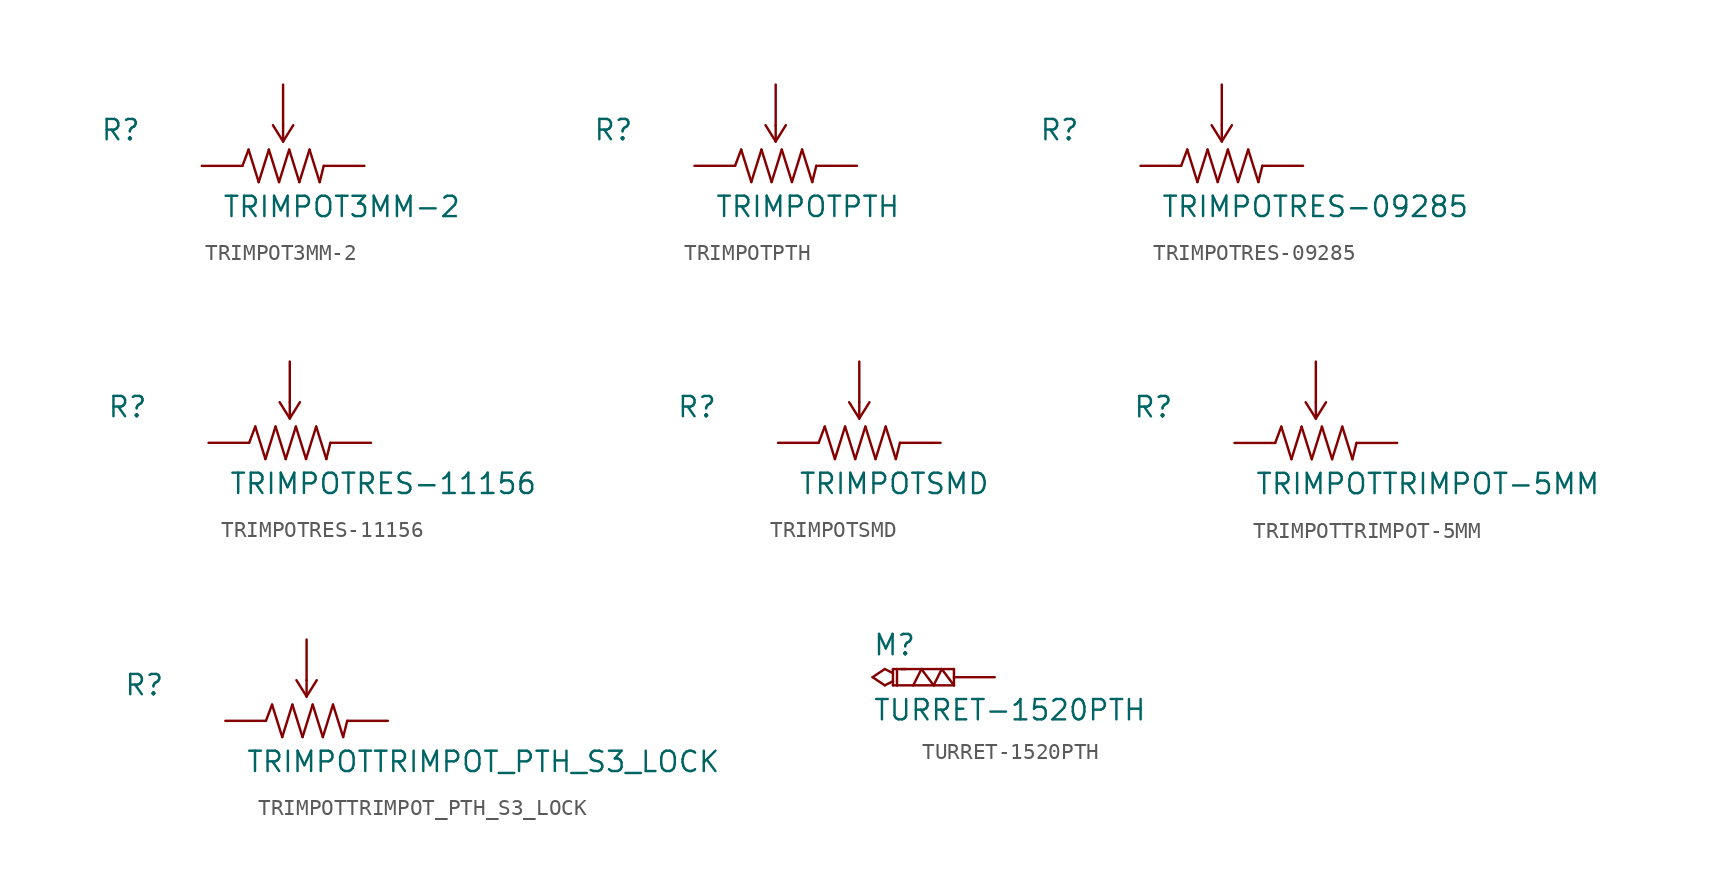
<source format=kicad_sym>
(kicad_symbol_lib
  (version 20220914)
  (generator kicad_symbol_editor)
  (symbol "TRIMPOT3MM-2"
    (pin_numbers hide)
    (pin_names
      (offset 1.016) hide)
    (property "Reference" "R"
      (at -11.43 1.499 0)
      (effects (font (size 1.27 1.27)) (justify left bottom)))
    (property "Value" "TRIMPOT3MM-2"
      (at -3.81 -3.302 0)
      (effects (font (size 1.27 1.27)) (justify left bottom)))
    (property "ki_locked" ""
      (at 0 0 0)
      (effects (font (size 1.27 1.27))))
    (symbol "TRIMPOT3MM-2_1_0"
      (polyline (pts (xy -2.54 0) (xy -2.159 1.016)) (stroke (width 0) (type solid)) (fill (type none)))
      (polyline (pts (xy -2.159 1.016) (xy -1.524 -1.016)) (stroke (width 0) (type solid)) (fill (type none)))
      (polyline (pts (xy -1.524 -1.016) (xy -0.889 1.016)) (stroke (width 0) (type solid)) (fill (type none)))
      (polyline (pts (xy -0.889 1.016) (xy -0.254 -1.016)) (stroke (width 0) (type solid)) (fill (type none)))
      (polyline (pts (xy -0.635 2.54) (xy 0 1.524)) (stroke (width 0) (type solid)) (fill (type none)))
      (polyline (pts (xy -0.254 -1.016) (xy 0.381 1.016)) (stroke (width 0) (type solid)) (fill (type none)))
      (polyline (pts (xy 0 1.524) (xy 0.635 2.54)) (stroke (width 0) (type solid)) (fill (type none)))
      (polyline (pts (xy 0 2.54) (xy 0 1.524)) (stroke (width 0) (type solid)) (fill (type none)))
      (polyline (pts (xy 0.381 1.016) (xy 1.016 -1.016)) (stroke (width 0) (type solid)) (fill (type none)))
      (polyline (pts (xy 1.016 -1.016) (xy 1.651 1.016)) (stroke (width 0) (type solid)) (fill (type none)))
      (polyline (pts (xy 1.651 1.016) (xy 2.286 -1.016)) (stroke (width 0) (type solid)) (fill (type none)))
      (polyline (pts (xy 2.286 -1.016) (xy 2.54 0)) (stroke (width 0) (type solid)) (fill (type none))))
    (symbol "TRIMPOT3MM-2_1_1"
      (pin passive line (at -5.08 0 0) (length 2.54) (name "CCW" (effects (font (size 1.016 1.016)))) (number "1" (effects (font (size 1.016 1.016)))))
      (pin passive line (at 0 5.08 270) (length 2.54) (name "WIPER" (effects (font (size 1.016 1.016)))) (number "2" (effects (font (size 1.016 1.016)))))
      (pin passive line (at 5.08 0 180) (length 2.54) (name "CW" (effects (font (size 1.016 1.016)))) (number "3" (effects (font (size 1.016 1.016)))))))
  (symbol "TRIMPOTPTH"
    (pin_numbers hide)
    (pin_names
      (offset 1.016) hide)
    (property "Reference" "R"
      (at -11.43 1.499 0)
      (effects (font (size 1.27 1.27)) (justify left bottom)))
    (property "Value" "TRIMPOTPTH"
      (at -3.81 -3.302 0)
      (effects (font (size 1.27 1.27)) (justify left bottom)))
    (property "ki_locked" ""
      (at 0 0 0)
      (effects (font (size 1.27 1.27))))
    (symbol "TRIMPOTPTH_1_0"
      (polyline (pts (xy -2.54 0) (xy -2.159 1.016)) (stroke (width 0) (type solid)) (fill (type none)))
      (polyline (pts (xy -2.159 1.016) (xy -1.524 -1.016)) (stroke (width 0) (type solid)) (fill (type none)))
      (polyline (pts (xy -1.524 -1.016) (xy -0.889 1.016)) (stroke (width 0) (type solid)) (fill (type none)))
      (polyline (pts (xy -0.889 1.016) (xy -0.254 -1.016)) (stroke (width 0) (type solid)) (fill (type none)))
      (polyline (pts (xy -0.635 2.54) (xy 0 1.524)) (stroke (width 0) (type solid)) (fill (type none)))
      (polyline (pts (xy -0.254 -1.016) (xy 0.381 1.016)) (stroke (width 0) (type solid)) (fill (type none)))
      (polyline (pts (xy 0 1.524) (xy 0.635 2.54)) (stroke (width 0) (type solid)) (fill (type none)))
      (polyline (pts (xy 0 2.54) (xy 0 1.524)) (stroke (width 0) (type solid)) (fill (type none)))
      (polyline (pts (xy 0.381 1.016) (xy 1.016 -1.016)) (stroke (width 0) (type solid)) (fill (type none)))
      (polyline (pts (xy 1.016 -1.016) (xy 1.651 1.016)) (stroke (width 0) (type solid)) (fill (type none)))
      (polyline (pts (xy 1.651 1.016) (xy 2.286 -1.016)) (stroke (width 0) (type solid)) (fill (type none)))
      (polyline (pts (xy 2.286 -1.016) (xy 2.54 0)) (stroke (width 0) (type solid)) (fill (type none))))
    (symbol "TRIMPOTPTH_1_1"
      (pin passive line (at -5.08 0 0) (length 2.54) (name "CCW" (effects (font (size 1.016 1.016)))) (number "1" (effects (font (size 1.016 1.016)))))
      (pin passive line (at 0 5.08 270) (length 2.54) (name "WIPER" (effects (font (size 1.016 1.016)))) (number "2" (effects (font (size 1.016 1.016)))))
      (pin passive line (at 5.08 0 180) (length 2.54) (name "CW" (effects (font (size 1.016 1.016)))) (number "3" (effects (font (size 1.016 1.016)))))))
  (symbol "TRIMPOTRES-09285"
    (pin_numbers hide)
    (pin_names
      (offset 1.016) hide)
    (property "Reference" "R"
      (at -11.43 1.499 0)
      (effects (font (size 1.27 1.27)) (justify left bottom)))
    (property "Value" "TRIMPOTRES-09285"
      (at -3.81 -3.302 0)
      (effects (font (size 1.27 1.27)) (justify left bottom)))
    (property "ki_locked" ""
      (at 0 0 0)
      (effects (font (size 1.27 1.27))))
    (symbol "TRIMPOTRES-09285_1_0"
      (polyline (pts (xy -2.54 0) (xy -2.159 1.016)) (stroke (width 0) (type solid)) (fill (type none)))
      (polyline (pts (xy -2.159 1.016) (xy -1.524 -1.016)) (stroke (width 0) (type solid)) (fill (type none)))
      (polyline (pts (xy -1.524 -1.016) (xy -0.889 1.016)) (stroke (width 0) (type solid)) (fill (type none)))
      (polyline (pts (xy -0.889 1.016) (xy -0.254 -1.016)) (stroke (width 0) (type solid)) (fill (type none)))
      (polyline (pts (xy -0.635 2.54) (xy 0 1.524)) (stroke (width 0) (type solid)) (fill (type none)))
      (polyline (pts (xy -0.254 -1.016) (xy 0.381 1.016)) (stroke (width 0) (type solid)) (fill (type none)))
      (polyline (pts (xy 0 1.524) (xy 0.635 2.54)) (stroke (width 0) (type solid)) (fill (type none)))
      (polyline (pts (xy 0 2.54) (xy 0 1.524)) (stroke (width 0) (type solid)) (fill (type none)))
      (polyline (pts (xy 0.381 1.016) (xy 1.016 -1.016)) (stroke (width 0) (type solid)) (fill (type none)))
      (polyline (pts (xy 1.016 -1.016) (xy 1.651 1.016)) (stroke (width 0) (type solid)) (fill (type none)))
      (polyline (pts (xy 1.651 1.016) (xy 2.286 -1.016)) (stroke (width 0) (type solid)) (fill (type none)))
      (polyline (pts (xy 2.286 -1.016) (xy 2.54 0)) (stroke (width 0) (type solid)) (fill (type none))))
    (symbol "TRIMPOTRES-09285_1_1"
      (pin passive line (at -5.08 0 0) (length 2.54) (name "CCW" (effects (font (size 1.016 1.016)))) (number "1" (effects (font (size 1.016 1.016)))))
      (pin passive line (at 0 5.08 270) (length 2.54) (name "WIPER" (effects (font (size 1.016 1.016)))) (number "2" (effects (font (size 1.016 1.016)))))
      (pin passive line (at 5.08 0 180) (length 2.54) (name "CW" (effects (font (size 1.016 1.016)))) (number "3" (effects (font (size 1.016 1.016)))))))
  (symbol "TRIMPOTRES-11156"
    (pin_numbers hide)
    (pin_names
      (offset 1.016) hide)
    (property "Reference" "R"
      (at -11.43 1.499 0)
      (effects (font (size 1.27 1.27)) (justify left bottom)))
    (property "Value" "TRIMPOTRES-11156"
      (at -3.81 -3.302 0)
      (effects (font (size 1.27 1.27)) (justify left bottom)))
    (property "ki_locked" ""
      (at 0 0 0)
      (effects (font (size 1.27 1.27))))
    (symbol "TRIMPOTRES-11156_1_0"
      (polyline (pts (xy -2.54 0) (xy -2.159 1.016)) (stroke (width 0) (type solid)) (fill (type none)))
      (polyline (pts (xy -2.159 1.016) (xy -1.524 -1.016)) (stroke (width 0) (type solid)) (fill (type none)))
      (polyline (pts (xy -1.524 -1.016) (xy -0.889 1.016)) (stroke (width 0) (type solid)) (fill (type none)))
      (polyline (pts (xy -0.889 1.016) (xy -0.254 -1.016)) (stroke (width 0) (type solid)) (fill (type none)))
      (polyline (pts (xy -0.635 2.54) (xy 0 1.524)) (stroke (width 0) (type solid)) (fill (type none)))
      (polyline (pts (xy -0.254 -1.016) (xy 0.381 1.016)) (stroke (width 0) (type solid)) (fill (type none)))
      (polyline (pts (xy 0 1.524) (xy 0.635 2.54)) (stroke (width 0) (type solid)) (fill (type none)))
      (polyline (pts (xy 0 2.54) (xy 0 1.524)) (stroke (width 0) (type solid)) (fill (type none)))
      (polyline (pts (xy 0.381 1.016) (xy 1.016 -1.016)) (stroke (width 0) (type solid)) (fill (type none)))
      (polyline (pts (xy 1.016 -1.016) (xy 1.651 1.016)) (stroke (width 0) (type solid)) (fill (type none)))
      (polyline (pts (xy 1.651 1.016) (xy 2.286 -1.016)) (stroke (width 0) (type solid)) (fill (type none)))
      (polyline (pts (xy 2.286 -1.016) (xy 2.54 0)) (stroke (width 0) (type solid)) (fill (type none))))
    (symbol "TRIMPOTRES-11156_1_1"
      (pin passive line (at -5.08 0 0) (length 2.54) (name "CCW" (effects (font (size 1.016 1.016)))) (number "A" (effects (font (size 1.016 1.016)))))
      (pin passive line (at 0 5.08 270) (length 2.54) (name "WIPER" (effects (font (size 1.016 1.016)))) (number "B" (effects (font (size 1.016 1.016)))))
      (pin passive line (at 5.08 0 180) (length 2.54) (name "CW" (effects (font (size 1.016 1.016)))) (number "C" (effects (font (size 1.016 1.016)))))))
  (symbol "TRIMPOTSMD"
    (pin_numbers hide)
    (pin_names
      (offset 1.016) hide)
    (property "Reference" "R"
      (at -11.43 1.499 0)
      (effects (font (size 1.27 1.27)) (justify left bottom)))
    (property "Value" "TRIMPOTSMD"
      (at -3.81 -3.302 0)
      (effects (font (size 1.27 1.27)) (justify left bottom)))
    (property "ki_locked" ""
      (at 0 0 0)
      (effects (font (size 1.27 1.27))))
    (symbol "TRIMPOTSMD_1_0"
      (polyline (pts (xy -2.54 0) (xy -2.159 1.016)) (stroke (width 0) (type solid)) (fill (type none)))
      (polyline (pts (xy -2.159 1.016) (xy -1.524 -1.016)) (stroke (width 0) (type solid)) (fill (type none)))
      (polyline (pts (xy -1.524 -1.016) (xy -0.889 1.016)) (stroke (width 0) (type solid)) (fill (type none)))
      (polyline (pts (xy -0.889 1.016) (xy -0.254 -1.016)) (stroke (width 0) (type solid)) (fill (type none)))
      (polyline (pts (xy -0.635 2.54) (xy 0 1.524)) (stroke (width 0) (type solid)) (fill (type none)))
      (polyline (pts (xy -0.254 -1.016) (xy 0.381 1.016)) (stroke (width 0) (type solid)) (fill (type none)))
      (polyline (pts (xy 0 1.524) (xy 0.635 2.54)) (stroke (width 0) (type solid)) (fill (type none)))
      (polyline (pts (xy 0 2.54) (xy 0 1.524)) (stroke (width 0) (type solid)) (fill (type none)))
      (polyline (pts (xy 0.381 1.016) (xy 1.016 -1.016)) (stroke (width 0) (type solid)) (fill (type none)))
      (polyline (pts (xy 1.016 -1.016) (xy 1.651 1.016)) (stroke (width 0) (type solid)) (fill (type none)))
      (polyline (pts (xy 1.651 1.016) (xy 2.286 -1.016)) (stroke (width 0) (type solid)) (fill (type none)))
      (polyline (pts (xy 2.286 -1.016) (xy 2.54 0)) (stroke (width 0) (type solid)) (fill (type none))))
    (symbol "TRIMPOTSMD_1_1"
      (pin passive line (at -5.08 0 0) (length 2.54) (name "CCW" (effects (font (size 1.016 1.016)))) (number "1" (effects (font (size 1.016 1.016)))))
      (pin passive line (at 0 5.08 270) (length 2.54) (name "WIPER" (effects (font (size 1.016 1.016)))) (number "2" (effects (font (size 1.016 1.016)))))
      (pin passive line (at 5.08 0 180) (length 2.54) (name "CW" (effects (font (size 1.016 1.016)))) (number "3" (effects (font (size 1.016 1.016)))))))
  (symbol "TRIMPOTTRIMPOT-5MM"
    (pin_numbers hide)
    (pin_names
      (offset 1.016) hide)
    (property "Reference" "R"
      (at -11.43 1.499 0)
      (effects (font (size 1.27 1.27)) (justify left bottom)))
    (property "Value" "TRIMPOTTRIMPOT-5MM"
      (at -3.81 -3.302 0)
      (effects (font (size 1.27 1.27)) (justify left bottom)))
    (property "ki_locked" ""
      (at 0 0 0)
      (effects (font (size 1.27 1.27))))
    (symbol "TRIMPOTTRIMPOT-5MM_1_0"
      (polyline (pts (xy -2.54 0) (xy -2.159 1.016)) (stroke (width 0) (type solid)) (fill (type none)))
      (polyline (pts (xy -2.159 1.016) (xy -1.524 -1.016)) (stroke (width 0) (type solid)) (fill (type none)))
      (polyline (pts (xy -1.524 -1.016) (xy -0.889 1.016)) (stroke (width 0) (type solid)) (fill (type none)))
      (polyline (pts (xy -0.889 1.016) (xy -0.254 -1.016)) (stroke (width 0) (type solid)) (fill (type none)))
      (polyline (pts (xy -0.635 2.54) (xy 0 1.524)) (stroke (width 0) (type solid)) (fill (type none)))
      (polyline (pts (xy -0.254 -1.016) (xy 0.381 1.016)) (stroke (width 0) (type solid)) (fill (type none)))
      (polyline (pts (xy 0 1.524) (xy 0.635 2.54)) (stroke (width 0) (type solid)) (fill (type none)))
      (polyline (pts (xy 0 2.54) (xy 0 1.524)) (stroke (width 0) (type solid)) (fill (type none)))
      (polyline (pts (xy 0.381 1.016) (xy 1.016 -1.016)) (stroke (width 0) (type solid)) (fill (type none)))
      (polyline (pts (xy 1.016 -1.016) (xy 1.651 1.016)) (stroke (width 0) (type solid)) (fill (type none)))
      (polyline (pts (xy 1.651 1.016) (xy 2.286 -1.016)) (stroke (width 0) (type solid)) (fill (type none)))
      (polyline (pts (xy 2.286 -1.016) (xy 2.54 0)) (stroke (width 0) (type solid)) (fill (type none))))
    (symbol "TRIMPOTTRIMPOT-5MM_1_1"
      (pin passive line (at -5.08 0 0) (length 2.54) (name "CCW" (effects (font (size 1.016 1.016)))) (number "A" (effects (font (size 1.016 1.016)))))
      (pin passive line (at 0 5.08 270) (length 2.54) (name "WIPER" (effects (font (size 1.016 1.016)))) (number "B" (effects (font (size 1.016 1.016)))))
      (pin passive line (at 5.08 0 180) (length 2.54) (name "CW" (effects (font (size 1.016 1.016)))) (number "C" (effects (font (size 1.016 1.016)))))))
  (symbol "TRIMPOTTRIMPOT_PTH_S3_LOCK"
    (pin_numbers hide)
    (pin_names
      (offset 1.016) hide)
    (property "Reference" "R"
      (at -11.43 1.499 0)
      (effects (font (size 1.27 1.27)) (justify left bottom)))
    (property "Value" "TRIMPOTTRIMPOT_PTH_S3_LOCK"
      (at -3.81 -3.302 0)
      (effects (font (size 1.27 1.27)) (justify left bottom)))
    (property "ki_locked" ""
      (at 0 0 0)
      (effects (font (size 1.27 1.27))))
    (symbol "TRIMPOTTRIMPOT_PTH_S3_LOCK_1_0"
      (polyline (pts (xy -2.54 0) (xy -2.159 1.016)) (stroke (width 0) (type solid)) (fill (type none)))
      (polyline (pts (xy -2.159 1.016) (xy -1.524 -1.016)) (stroke (width 0) (type solid)) (fill (type none)))
      (polyline (pts (xy -1.524 -1.016) (xy -0.889 1.016)) (stroke (width 0) (type solid)) (fill (type none)))
      (polyline (pts (xy -0.889 1.016) (xy -0.254 -1.016)) (stroke (width 0) (type solid)) (fill (type none)))
      (polyline (pts (xy -0.635 2.54) (xy 0 1.524)) (stroke (width 0) (type solid)) (fill (type none)))
      (polyline (pts (xy -0.254 -1.016) (xy 0.381 1.016)) (stroke (width 0) (type solid)) (fill (type none)))
      (polyline (pts (xy 0 1.524) (xy 0.635 2.54)) (stroke (width 0) (type solid)) (fill (type none)))
      (polyline (pts (xy 0 2.54) (xy 0 1.524)) (stroke (width 0) (type solid)) (fill (type none)))
      (polyline (pts (xy 0.381 1.016) (xy 1.016 -1.016)) (stroke (width 0) (type solid)) (fill (type none)))
      (polyline (pts (xy 1.016 -1.016) (xy 1.651 1.016)) (stroke (width 0) (type solid)) (fill (type none)))
      (polyline (pts (xy 1.651 1.016) (xy 2.286 -1.016)) (stroke (width 0) (type solid)) (fill (type none)))
      (polyline (pts (xy 2.286 -1.016) (xy 2.54 0)) (stroke (width 0) (type solid)) (fill (type none))))
    (symbol "TRIMPOTTRIMPOT_PTH_S3_LOCK_1_1"
      (pin passive line (at -5.08 0 0) (length 2.54) (name "CCW" (effects (font (size 1.016 1.016)))) (number "1" (effects (font (size 1.016 1.016)))))
      (pin passive line (at 0 5.08 270) (length 2.54) (name "WIPER" (effects (font (size 1.016 1.016)))) (number "2" (effects (font (size 1.016 1.016)))))
      (pin passive line (at 5.08 0 180) (length 2.54) (name "CW" (effects (font (size 1.016 1.016)))) (number "3" (effects (font (size 1.016 1.016)))))))
  (symbol "TURRET-1520PTH"
    (pin_numbers hide)
    (pin_names
      (offset 1.016) hide)
    (property "Reference" "M"
      (at -2.54 1.27 0)
      (effects (font (size 1.27 1.27)) (justify left bottom)))
    (property "Value" "TURRET-1520PTH"
      (at -2.54 -2.794 0)
      (effects (font (size 1.27 1.27)) (justify left bottom)))
    (property "ki_locked" ""
      (at 0 0 0)
      (effects (font (size 1.27 1.27))))
    (symbol "TURRET-1520PTH_1_0"
      (polyline (pts (xy -2.54 0) (xy -1.778 -0.508)) (stroke (width 0) (type solid)) (fill (type none)))
      (polyline (pts (xy -1.778 -0.508) (xy -1.27 -0.254)) (stroke (width 0) (type solid)) (fill (type none)))
      (polyline (pts (xy -1.778 0.508) (xy -2.54 0)) (stroke (width 0) (type solid)) (fill (type none)))
      (polyline (pts (xy -1.27 -0.508) (xy -1.016 -0.508)) (stroke (width 0) (type solid)) (fill (type none)))
      (polyline (pts (xy -1.27 -0.254) (xy -1.27 -0.508)) (stroke (width 0) (type solid)) (fill (type none)))
      (polyline (pts (xy -1.27 0.254) (xy -1.778 0.508)) (stroke (width 0) (type solid)) (fill (type none)))
      (polyline (pts (xy -1.27 0.254) (xy -1.27 -0.254)) (stroke (width 0) (type solid)) (fill (type none)))
      (polyline (pts (xy -1.27 0.508) (xy -1.27 0.254)) (stroke (width 0) (type solid)) (fill (type none)))
      (polyline (pts (xy -1.016 -0.508) (xy -1.016 0.508)) (stroke (width 0) (type solid)) (fill (type none)))
      (polyline (pts (xy -1.016 0.508) (xy -1.27 0.508)) (stroke (width 0) (type solid)) (fill (type none)))
      (polyline (pts (xy -1.016 0.508) (xy -0.508 0.508)) (stroke (width 0) (type solid)) (fill (type none)))
      (polyline (pts (xy -0.762 0.508) (xy -0.508 0.508)) (stroke (width 0) (type solid)) (fill (type none)))
      (polyline (pts (xy -0.508 0.508) (xy 0.508 0.508)) (stroke (width 0) (type solid)) (fill (type none)))
      (polyline (pts (xy 0 -0.508) (xy -1.016 -0.508)) (stroke (width 0) (type solid)) (fill (type none)))
      (polyline (pts (xy 0.508 0.508) (xy 0 -0.508)) (stroke (width 0) (type solid)) (fill (type none)))
      (polyline (pts (xy 0.508 0.508) (xy 1.778 0.508)) (stroke (width 0) (type solid)) (fill (type none)))
      (polyline (pts (xy 1.27 -0.508) (xy 0 -0.508)) (stroke (width 0) (type solid)) (fill (type none)))
      (polyline (pts (xy 1.27 -0.508) (xy 0.508 0.508)) (stroke (width 0) (type solid)) (fill (type none)))
      (polyline (pts (xy 1.778 0.508) (xy 1.27 -0.508)) (stroke (width 0) (type solid)) (fill (type none)))
      (polyline (pts (xy 1.778 0.508) (xy 2.54 0.508)) (stroke (width 0) (type solid)) (fill (type none)))
      (polyline (pts (xy 2.54 -0.508) (xy 1.27 -0.508)) (stroke (width 0) (type solid)) (fill (type none)))
      (polyline (pts (xy 2.54 -0.508) (xy 1.778 0.508)) (stroke (width 0) (type solid)) (fill (type none)))
      (polyline (pts (xy 2.54 0.508) (xy 2.54 -0.508)) (stroke (width 0) (type solid)) (fill (type none))))
    (symbol "TURRET-1520PTH_1_1"
      (pin bidirectional line (at 5.08 0 180) (length 2.54) (name "1" (effects (font (size 1.016 1.016)))) (number "1" (effects (font (size 1.016 1.016))))))))
</source>
